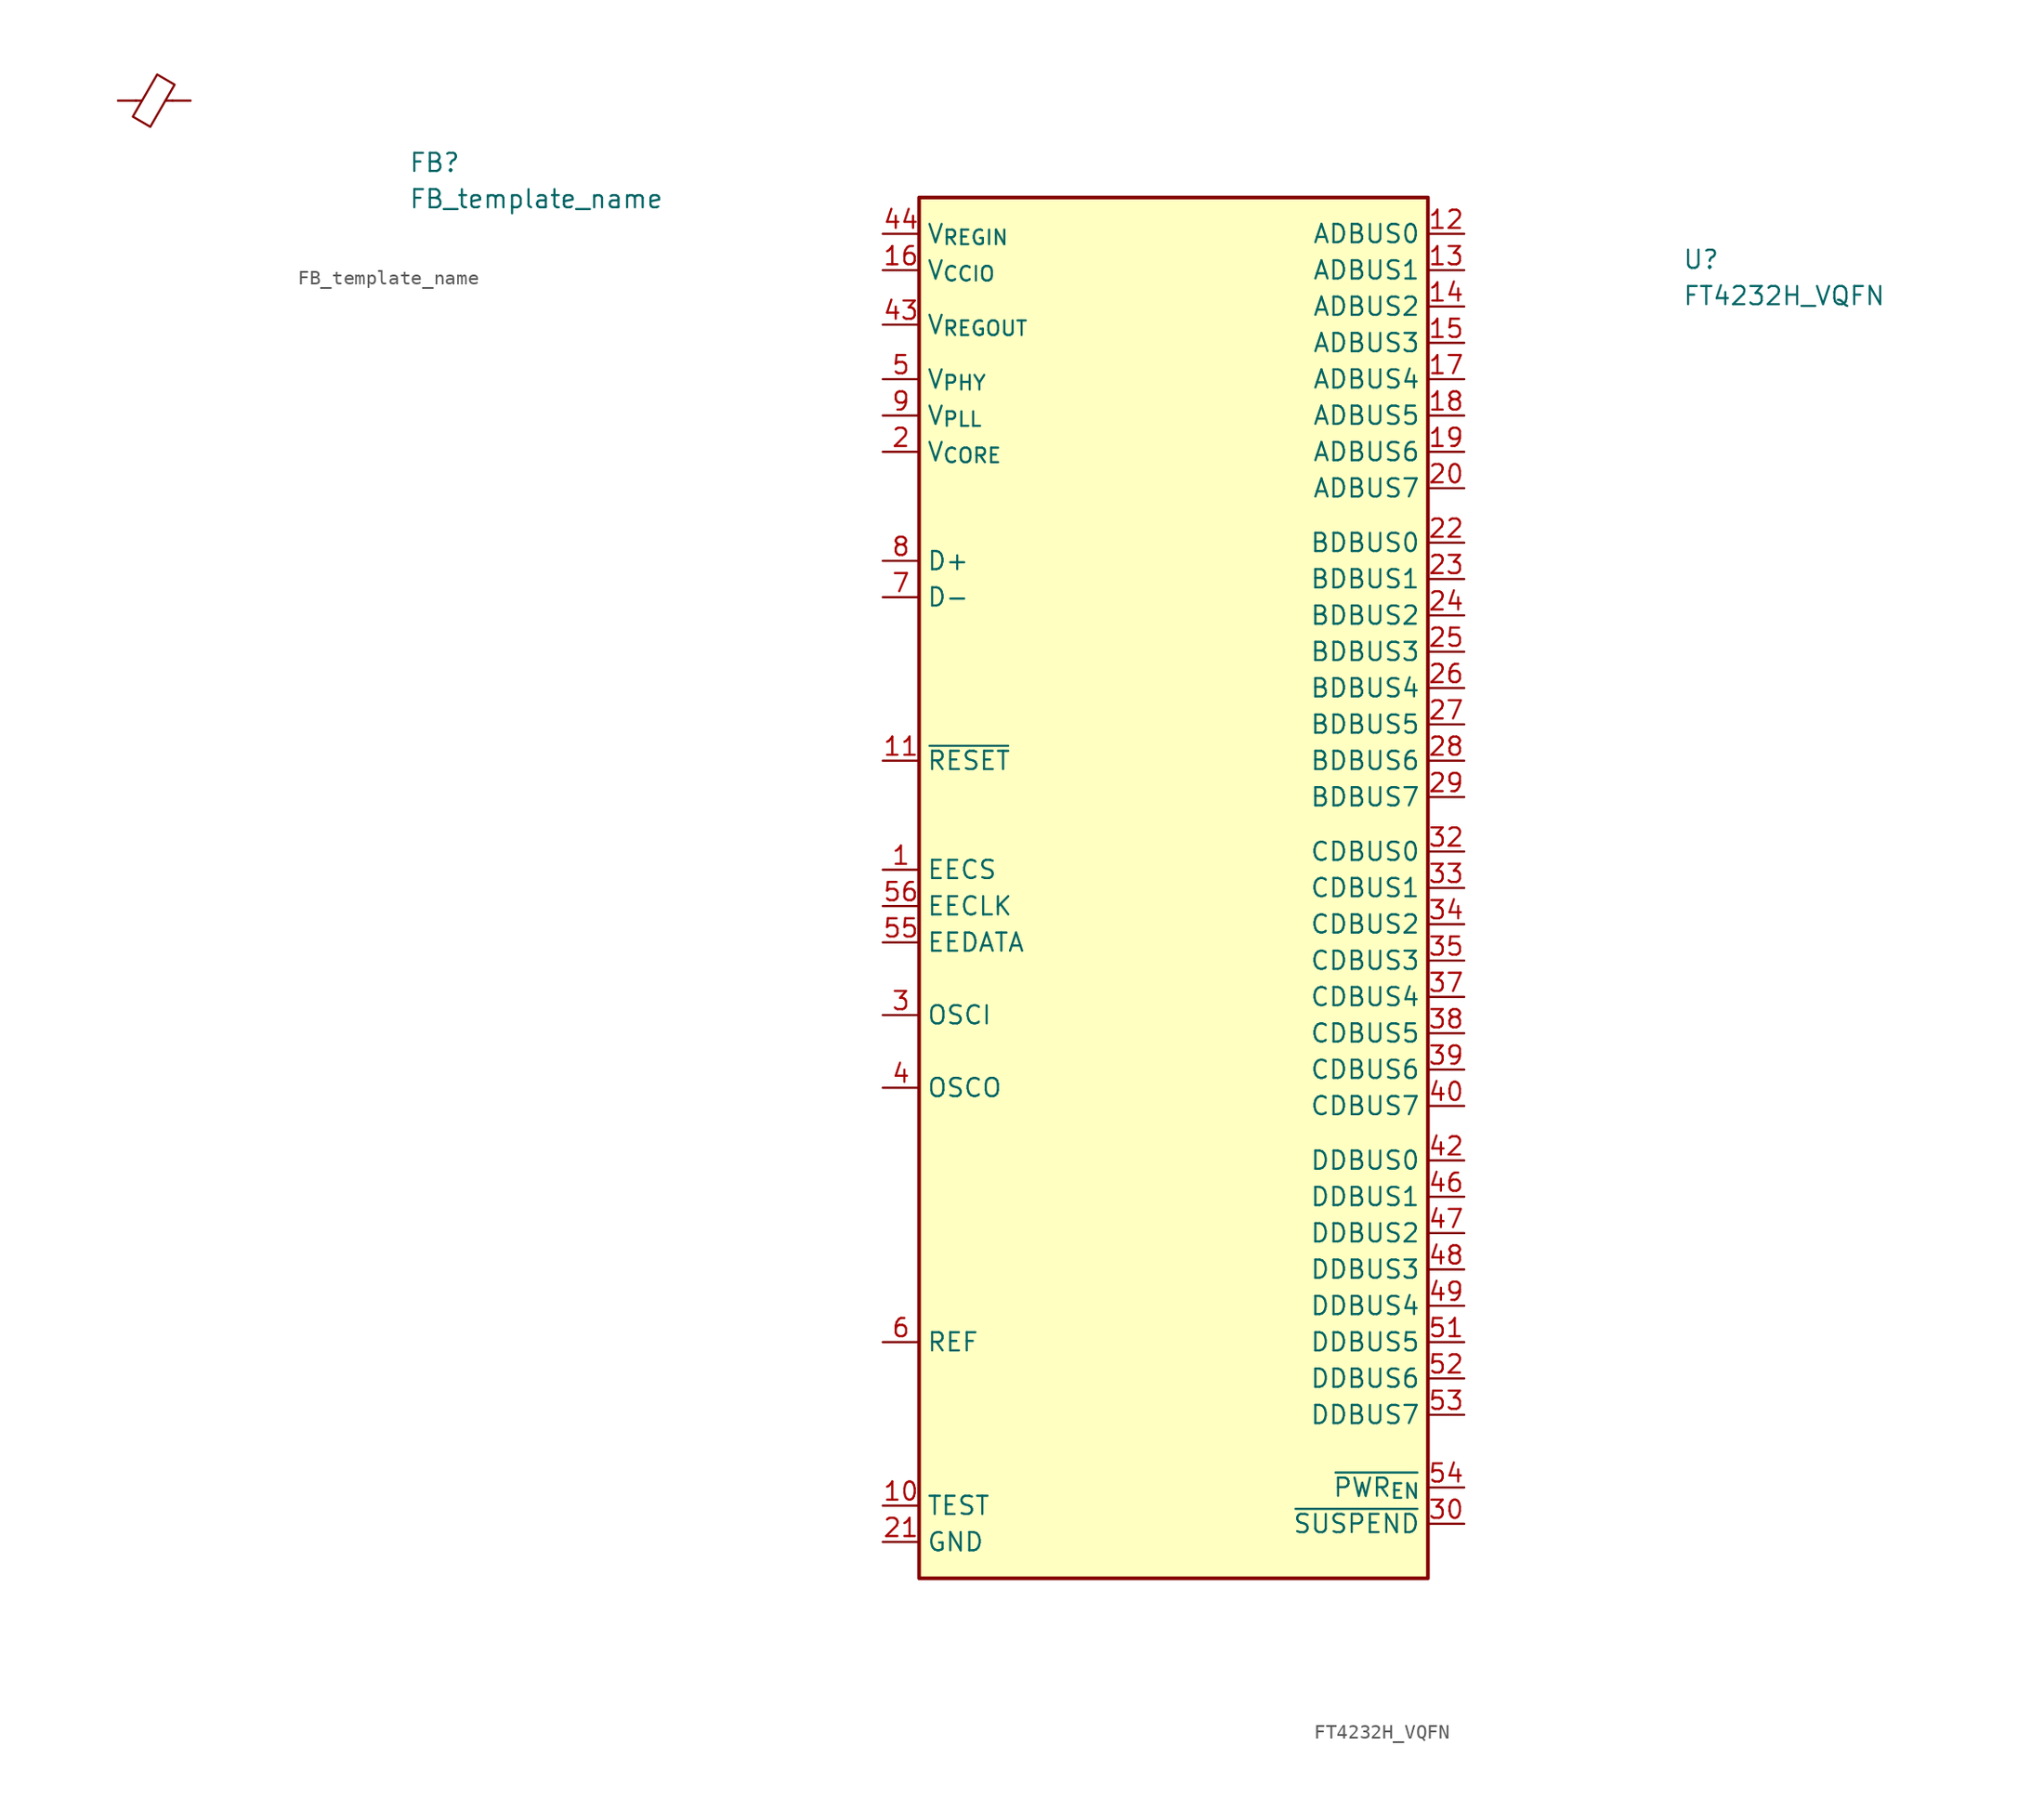
<source format=kicad_sym>
(kicad_symbol_lib
  (version 20211014)
  (generator kicad_symbol_editor)
  (symbol "FB_template_name"
    (pin_numbers hide)
    (pin_names hide)
    (property "Reference" "FB"
      (at 20.32 -5.08 0)
      (effects (font (size 1.27 1.27) (thickness 0.15)) (justify left bottom)))
    (property "Value" "FB_template_name"
      (at 20.32 -7.62 0)
      (effects (font (size 1.27 1.27) (thickness 0.15)) (justify left bottom)))
    (property "Val" ""
      (at 20.32 -10.16 0)
      (effects (font (size 1.27 1.27) (thickness 0.15)) (justify left bottom)))
    (symbol "FB_template_name_0_1"
      (polyline (pts (xy 1.651 0) (xy 1.245 0)) (stroke (width 0) (type default) (color 0 0 0 0)) (fill (type none)))
      (polyline (pts (xy 3.81 0) (xy 3.327 0)) (stroke (width 0) (type default) (color 0 0 0 0)) (fill (type none)))
      (polyline (pts (xy 2.261 -1.829) (xy 1.041 -1.118) (xy 2.743 1.829) (xy 3.962 1.118) (xy 2.261 -1.829)) (stroke (width 0) (type default) (color 0 0 0 0)) (fill (type none))))
    (symbol "FB_template_name_1_1"
      (pin passive line (at 0 0 0) (length 1.27) (name "~" (effects (font (size 1.27 1.27)))) (number "1" (effects (font (size 1.27 1.27)))))
      (pin passive line (at 5.08 0 180) (length 1.27) (name "~" (effects (font (size 1.27 1.27)))) (number "2" (effects (font (size 1.27 1.27)))))))
  (symbol "FT4232H_VQFN"
    (property "Reference" "U"
      (at 55.88 -2.54 0)
      (effects (font (size 1.27 1.27) (thickness 0.15)) (justify left bottom)))
    (property "Value" "FT4232H_VQFN"
      (at 55.88 -5.08 0)
      (effects (font (size 1.27 1.27) (thickness 0.15)) (justify left bottom)))
    (symbol "FT4232H_VQFN_1_1"
      (rectangle (start 2.54 2.54) (end 38.1 -93.98) (stroke (width 0.254) (type default) (color 0 0 0 0)) (fill (type background)))
      (pin bidirectional line (at 0 -44.45 0) (length 2.54) (name "EECS" (effects (font (size 1.27 1.27)))) (number "1" (effects (font (size 1.27 1.27)))))
      (pin input line (at 0 -88.9 0) (length 2.54) (name "TEST" (effects (font (size 1.27 1.27)))) (number "10" (effects (font (size 1.27 1.27)))))
      (pin input line (at 0 -36.83 0) (length 2.54) (name "~{RESET}" (effects (font (size 1.27 1.27)))) (number "11" (effects (font (size 1.27 1.27)))))
      (pin bidirectional line (at 40.64 0 180) (length 2.54) (name "ADBUS0" (effects (font (size 1.27 1.27)))) (number "12" (effects (font (size 1.27 1.27)))))
      (pin bidirectional line (at 40.64 -2.54 180) (length 2.54) (name "ADBUS1" (effects (font (size 1.27 1.27)))) (number "13" (effects (font (size 1.27 1.27)))))
      (pin bidirectional line (at 40.64 -5.08 180) (length 2.54) (name "ADBUS2" (effects (font (size 1.27 1.27)))) (number "14" (effects (font (size 1.27 1.27)))))
      (pin bidirectional line (at 40.64 -7.62 180) (length 2.54) (name "ADBUS3" (effects (font (size 1.27 1.27)))) (number "15" (effects (font (size 1.27 1.27)))))
      (pin power_in line (at 0 -2.54 0) (length 2.54) (name "V_{CCIO}" (effects (font (size 1.27 1.27)))) (number "16" (effects (font (size 1.27 1.27)))))
      (pin bidirectional line (at 40.64 -10.16 180) (length 2.54) (name "ADBUS4" (effects (font (size 1.27 1.27)))) (number "17" (effects (font (size 1.27 1.27)))))
      (pin bidirectional line (at 40.64 -12.7 180) (length 2.54) (name "ADBUS5" (effects (font (size 1.27 1.27)))) (number "18" (effects (font (size 1.27 1.27)))))
      (pin bidirectional line (at 40.64 -15.24 180) (length 2.54) (name "ADBUS6" (effects (font (size 1.27 1.27)))) (number "19" (effects (font (size 1.27 1.27)))))
      (pin power_in line (at 0 -15.24 0) (length 2.54) (name "V_{CORE}" (effects (font (size 1.27 1.27)))) (number "2" (effects (font (size 1.27 1.27)))))
      (pin bidirectional line (at 40.64 -17.78 180) (length 2.54) (name "ADBUS7" (effects (font (size 1.27 1.27)))) (number "20" (effects (font (size 1.27 1.27)))))
      (pin power_in line (at 0 -91.44 0) (length 2.54) (name "GND" (effects (font (size 1.27 1.27)))) (number "21" (effects (font (size 1.27 1.27)))))
      (pin bidirectional line (at 40.64 -21.59 180) (length 2.54) (name "BDBUS0" (effects (font (size 1.27 1.27)))) (number "22" (effects (font (size 1.27 1.27)))))
      (pin bidirectional line (at 40.64 -24.13 180) (length 2.54) (name "BDBUS1" (effects (font (size 1.27 1.27)))) (number "23" (effects (font (size 1.27 1.27)))))
      (pin bidirectional line (at 40.64 -26.67 180) (length 2.54) (name "BDBUS2" (effects (font (size 1.27 1.27)))) (number "24" (effects (font (size 1.27 1.27)))))
      (pin bidirectional line (at 40.64 -29.21 180) (length 2.54) (name "BDBUS3" (effects (font (size 1.27 1.27)))) (number "25" (effects (font (size 1.27 1.27)))))
      (pin bidirectional line (at 40.64 -31.75 180) (length 2.54) (name "BDBUS4" (effects (font (size 1.27 1.27)))) (number "26" (effects (font (size 1.27 1.27)))))
      (pin bidirectional line (at 40.64 -34.29 180) (length 2.54) (name "BDBUS5" (effects (font (size 1.27 1.27)))) (number "27" (effects (font (size 1.27 1.27)))))
      (pin bidirectional line (at 40.64 -36.83 180) (length 2.54) (name "BDBUS6" (effects (font (size 1.27 1.27)))) (number "28" (effects (font (size 1.27 1.27)))))
      (pin bidirectional line (at 40.64 -39.37 180) (length 2.54) (name "BDBUS7" (effects (font (size 1.27 1.27)))) (number "29" (effects (font (size 1.27 1.27)))))
      (pin input line (at 0 -54.61 0) (length 2.54) (name "OSCI" (effects (font (size 1.27 1.27)))) (number "3" (effects (font (size 1.27 1.27)))))
      (pin output line (at 40.64 -90.17 180) (length 2.54) (name "~{SUSPEND}" (effects (font (size 1.27 1.27)))) (number "30" (effects (font (size 1.27 1.27)))))
      (pin passive line (at 0 -15.24 0) (length 2.54) hide (name "V_{CORE}" (effects (font (size 1.27 1.27)))) (number "31" (effects (font (size 1.27 1.27)))))
      (pin bidirectional line (at 40.64 -43.18 180) (length 2.54) (name "CDBUS0" (effects (font (size 1.27 1.27)))) (number "32" (effects (font (size 1.27 1.27)))))
      (pin bidirectional line (at 40.64 -45.72 180) (length 2.54) (name "CDBUS1" (effects (font (size 1.27 1.27)))) (number "33" (effects (font (size 1.27 1.27)))))
      (pin bidirectional line (at 40.64 -48.26 180) (length 2.54) (name "CDBUS2" (effects (font (size 1.27 1.27)))) (number "34" (effects (font (size 1.27 1.27)))))
      (pin bidirectional line (at 40.64 -50.8 180) (length 2.54) (name "CDBUS3" (effects (font (size 1.27 1.27)))) (number "35" (effects (font (size 1.27 1.27)))))
      (pin passive line (at 0 -2.54 0) (length 2.54) hide (name "V_{CCIO}" (effects (font (size 1.27 1.27)))) (number "36" (effects (font (size 1.27 1.27)))))
      (pin bidirectional line (at 40.64 -53.34 180) (length 2.54) (name "CDBUS4" (effects (font (size 1.27 1.27)))) (number "37" (effects (font (size 1.27 1.27)))))
      (pin bidirectional line (at 40.64 -55.88 180) (length 2.54) (name "CDBUS5" (effects (font (size 1.27 1.27)))) (number "38" (effects (font (size 1.27 1.27)))))
      (pin bidirectional line (at 40.64 -58.42 180) (length 2.54) (name "CDBUS6" (effects (font (size 1.27 1.27)))) (number "39" (effects (font (size 1.27 1.27)))))
      (pin output line (at 0 -59.69 0) (length 2.54) (name "OSCO" (effects (font (size 1.27 1.27)))) (number "4" (effects (font (size 1.27 1.27)))))
      (pin bidirectional line (at 40.64 -60.96 180) (length 2.54) (name "CDBUS7" (effects (font (size 1.27 1.27)))) (number "40" (effects (font (size 1.27 1.27)))))
      (pin passive line (at 0 -91.44 0) (length 2.54) hide (name "GND" (effects (font (size 1.27 1.27)))) (number "41" (effects (font (size 1.27 1.27)))))
      (pin bidirectional line (at 40.64 -64.77 180) (length 2.54) (name "DDBUS0" (effects (font (size 1.27 1.27)))) (number "42" (effects (font (size 1.27 1.27)))))
      (pin power_out line (at 0 -6.35 0) (length 2.54) (name "V_{REGOUT}" (effects (font (size 1.27 1.27)))) (number "43" (effects (font (size 1.27 1.27)))))
      (pin power_in line (at 0 0 0) (length 2.54) (name "V_{REGIN}" (effects (font (size 1.27 1.27)))) (number "44" (effects (font (size 1.27 1.27)))))
      (pin passive line (at 0 -91.44 0) (length 2.54) hide (name "GND" (effects (font (size 1.27 1.27)))) (number "45" (effects (font (size 1.27 1.27)))))
      (pin bidirectional line (at 40.64 -67.31 180) (length 2.54) (name "DDBUS1" (effects (font (size 1.27 1.27)))) (number "46" (effects (font (size 1.27 1.27)))))
      (pin bidirectional line (at 40.64 -69.85 180) (length 2.54) (name "DDBUS2" (effects (font (size 1.27 1.27)))) (number "47" (effects (font (size 1.27 1.27)))))
      (pin bidirectional line (at 40.64 -72.39 180) (length 2.54) (name "DDBUS3" (effects (font (size 1.27 1.27)))) (number "48" (effects (font (size 1.27 1.27)))))
      (pin bidirectional line (at 40.64 -74.93 180) (length 2.54) (name "DDBUS4" (effects (font (size 1.27 1.27)))) (number "49" (effects (font (size 1.27 1.27)))))
      (pin power_in line (at 0 -10.16 0) (length 2.54) (name "V_{PHY}" (effects (font (size 1.27 1.27)))) (number "5" (effects (font (size 1.27 1.27)))))
      (pin passive line (at 0 -2.54 0) (length 2.54) hide (name "V_{CCIO}" (effects (font (size 1.27 1.27)))) (number "50" (effects (font (size 1.27 1.27)))))
      (pin bidirectional line (at 40.64 -77.47 180) (length 2.54) (name "DDBUS5" (effects (font (size 1.27 1.27)))) (number "51" (effects (font (size 1.27 1.27)))))
      (pin bidirectional line (at 40.64 -80.01 180) (length 2.54) (name "DDBUS6" (effects (font (size 1.27 1.27)))) (number "52" (effects (font (size 1.27 1.27)))))
      (pin bidirectional line (at 40.64 -82.55 180) (length 2.54) (name "DDBUS7" (effects (font (size 1.27 1.27)))) (number "53" (effects (font (size 1.27 1.27)))))
      (pin output line (at 40.64 -87.63 180) (length 2.54) (name "~{PWR_{EN}}" (effects (font (size 1.27 1.27)))) (number "54" (effects (font (size 1.27 1.27)))))
      (pin bidirectional line (at 0 -49.53 0) (length 2.54) (name "EEDATA" (effects (font (size 1.27 1.27)))) (number "55" (effects (font (size 1.27 1.27)))))
      (pin output line (at 0 -46.99 0) (length 2.54) (name "EECLK" (effects (font (size 1.27 1.27)))) (number "56" (effects (font (size 1.27 1.27)))))
      (pin passive line (at 0 -91.44 0) (length 2.54) hide (name "GND" (effects (font (size 1.27 1.27)))) (number "57" (effects (font (size 1.27 1.27)))))
      (pin input line (at 0 -77.47 0) (length 2.54) (name "REF" (effects (font (size 1.27 1.27)))) (number "6" (effects (font (size 1.27 1.27)))))
      (pin bidirectional line (at 0 -25.4 0) (length 2.54) (name "D-" (effects (font (size 1.27 1.27)))) (number "7" (effects (font (size 1.27 1.27)))))
      (pin bidirectional line (at 0 -22.86 0) (length 2.54) (name "D+" (effects (font (size 1.27 1.27)))) (number "8" (effects (font (size 1.27 1.27)))))
      (pin power_in line (at 0 -12.7 0) (length 2.54) (name "V_{PLL}" (effects (font (size 1.27 1.27)))) (number "9" (effects (font (size 1.27 1.27))))))))
</source>
